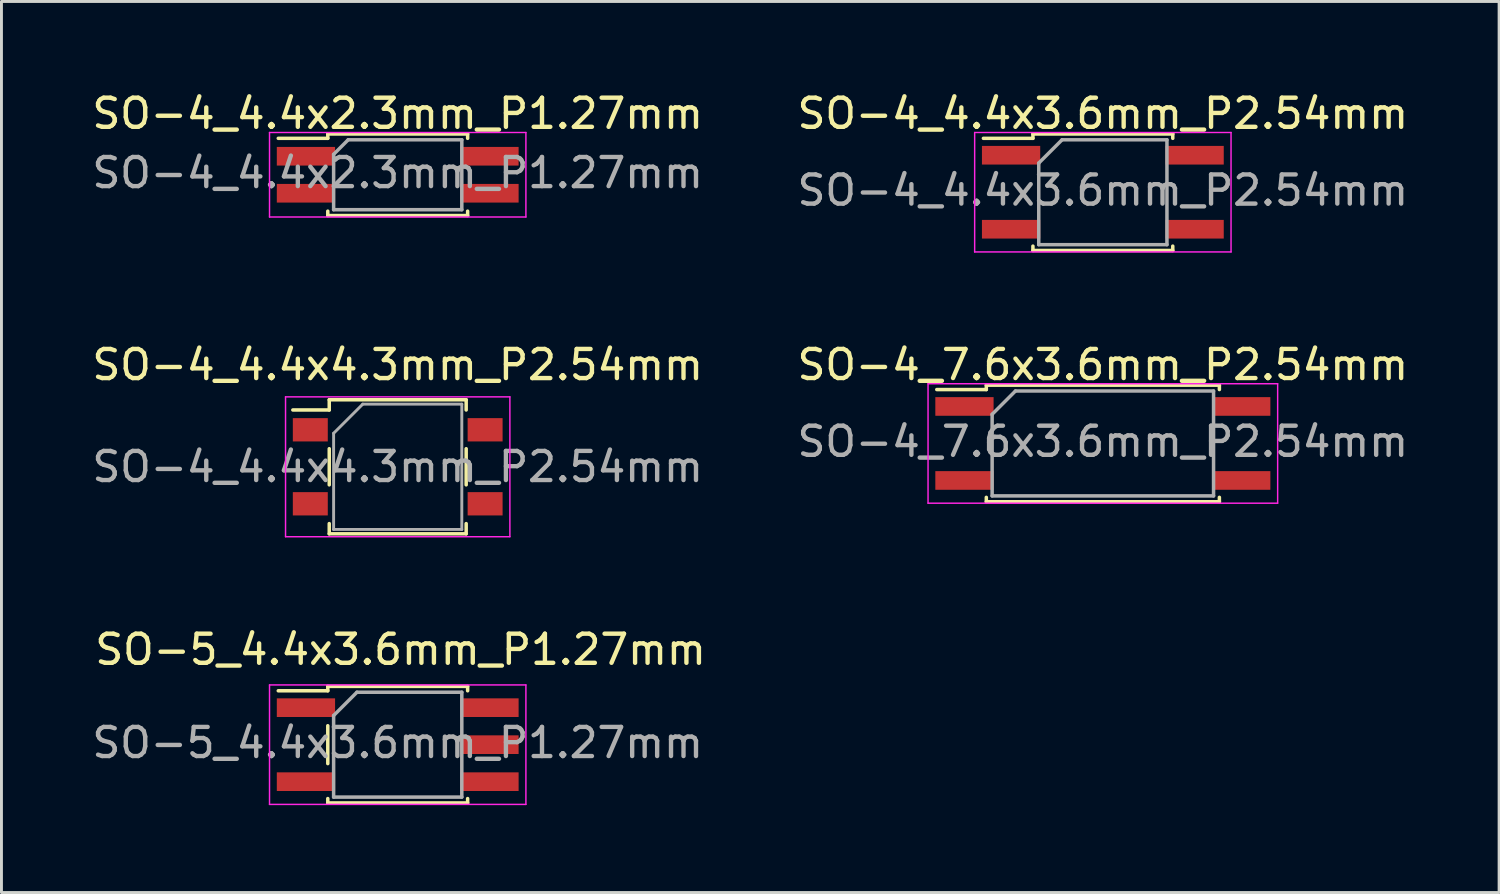
<source format=kicad_pcb>
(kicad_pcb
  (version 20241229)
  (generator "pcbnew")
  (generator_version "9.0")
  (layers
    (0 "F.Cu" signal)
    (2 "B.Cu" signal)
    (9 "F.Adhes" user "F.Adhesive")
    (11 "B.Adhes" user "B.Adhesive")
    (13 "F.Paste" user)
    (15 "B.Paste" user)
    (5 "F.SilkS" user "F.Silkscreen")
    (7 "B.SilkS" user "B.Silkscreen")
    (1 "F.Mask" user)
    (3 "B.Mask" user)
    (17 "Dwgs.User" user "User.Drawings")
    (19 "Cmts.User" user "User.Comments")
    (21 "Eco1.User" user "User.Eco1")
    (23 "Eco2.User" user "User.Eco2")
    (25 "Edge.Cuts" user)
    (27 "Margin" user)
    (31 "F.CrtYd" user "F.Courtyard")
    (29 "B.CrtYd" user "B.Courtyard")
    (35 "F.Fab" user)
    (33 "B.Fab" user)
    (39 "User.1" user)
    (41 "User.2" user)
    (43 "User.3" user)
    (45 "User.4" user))
  (footprint "SO-5_4.4x3.6mm_P1.27mm"
    (layer "F.Cu")
    (at 10.601 22.51)
    (property "Reference" "SO-5_4.4x3.6mm_P1.27mm" (at 0.1 -3.265 0) (layer "F.SilkS") (effects (font (size 1 1) (thickness 0.15))))
    (attr smd)
    (fp_line (start -2.4 -2) (end 2.4 -2) (stroke (width 0.12) (type solid)) (layer "F.SilkS"))
    (fp_line (start -2.4 -1.85) (end -4.1 -1.85) (stroke (width 0.12) (type solid)) (layer "F.SilkS"))
    (fp_line (start -2.4 -1.85) (end -2.4 -2) (stroke (width 0.12) (type solid)) (layer "F.SilkS"))
    (fp_line (start -2.4 0.65) (end -2.4 -0.65) (stroke (width 0.12) (type solid)) (layer "F.SilkS"))
    (fp_line (start -2.4 2) (end -2.4 1.85) (stroke (width 0.12) (type solid)) (layer "F.SilkS"))
    (fp_line (start 2.4 -2) (end 2.4 -1.85) (stroke (width 0.12) (type solid)) (layer "F.SilkS"))
    (fp_line (start 2.4 1.85) (end 2.4 2) (stroke (width 0.12) (type solid)) (layer "F.SilkS"))
    (fp_line (start 2.4 2) (end -2.4 2) (stroke (width 0.12) (type solid)) (layer "F.SilkS"))
    (fp_line (start -4.4 -2.05) (end -4.4 2.05) (stroke (width 0.05) (type solid)) (layer "F.CrtYd"))
    (fp_line (start -4.4 -2.05) (end 4.4 -2.05) (stroke (width 0.05) (type solid)) (layer "F.CrtYd"))
    (fp_line (start 4.4 2.05) (end -4.4 2.05) (stroke (width 0.05) (type solid)) (layer "F.CrtYd"))
    (fp_line (start 4.4 2.05) (end 4.4 -2.05) (stroke (width 0.05) (type solid)) (layer "F.CrtYd"))
    (fp_line (start -2.2 -1) (end -1.4 -1.8) (stroke (width 0.12) (type solid)) (layer "F.Fab"))
    (fp_line (start -2.2 1.8) (end -2.2 -1) (stroke (width 0.12) (type solid)) (layer "F.Fab"))
    (fp_line (start -1.4 -1.8) (end 2.2 -1.8) (stroke (width 0.12) (type solid)) (layer "F.Fab"))
    (fp_line (start 2.2 -1.8) (end 2.2 1.8) (stroke (width 0.12) (type solid)) (layer "F.Fab"))
    (fp_line (start 2.2 1.8) (end -2.2 1.8) (stroke (width 0.12) (type solid)) (layer "F.Fab"))
    (fp_text user "${REFERENCE}" (at 0 -0.065 0) (layer "F.Fab") (effects (font (size 1 1) (thickness 0.15))))
    (pad "1" smd rect (at -3.15 -1.27) (size 2 0.64) (layers "F.Cu" "F.Mask" "F.Paste"))
    (pad "3" smd rect (at -3.15 1.27) (size 2 0.64) (layers "F.Cu" "F.Mask" "F.Paste"))
    (pad "4" smd rect (at 3.15 1.27) (size 2 0.64) (layers "F.Cu" "F.Mask" "F.Paste"))
    (pad "5" smd rect (at 3.15 0) (size 2 0.64) (layers "F.Cu" "F.Mask" "F.Paste"))
    (pad "6" smd rect (at 3.15 -1.27) (size 2 0.64) (layers "F.Cu" "F.Mask" "F.Paste")))
  (footprint "SO-4_4.4x3.6mm_P2.54mm"
    (layer "F.Cu")
    (at 34.804 3.548)
    (property "Reference" "SO-4_4.4x3.6mm_P2.54mm" (at 0 -2.7 0) (layer "F.SilkS") (effects (font (size 1 1) (thickness 0.15))))
    (attr smd)
    (fp_line (start -2.4 -2) (end 2.4 -2) (stroke (width 0.12) (type solid)) (layer "F.SilkS"))
    (fp_line (start -2.4 -1.85) (end -4.1 -1.85) (stroke (width 0.12) (type solid)) (layer "F.SilkS"))
    (fp_line (start -2.4 -1.85) (end -2.4 -2) (stroke (width 0.12) (type solid)) (layer "F.SilkS"))
    (fp_line (start -2.4 2) (end -2.4 1.85) (stroke (width 0.12) (type solid)) (layer "F.SilkS"))
    (fp_line (start 2.4 -2) (end 2.4 -1.85) (stroke (width 0.12) (type solid)) (layer "F.SilkS"))
    (fp_line (start 2.4 1.85) (end 2.4 2) (stroke (width 0.12) (type solid)) (layer "F.SilkS"))
    (fp_line (start 2.4 2) (end -2.4 2) (stroke (width 0.12) (type solid)) (layer "F.SilkS"))
    (fp_line (start -4.4 -2.05) (end -4.4 2.05) (stroke (width 0.05) (type solid)) (layer "F.CrtYd"))
    (fp_line (start -4.4 -2.05) (end 4.4 -2.05) (stroke (width 0.05) (type solid)) (layer "F.CrtYd"))
    (fp_line (start 4.4 2.05) (end -4.4 2.05) (stroke (width 0.05) (type solid)) (layer "F.CrtYd"))
    (fp_line (start 4.4 2.05) (end 4.4 -2.05) (stroke (width 0.05) (type solid)) (layer "F.CrtYd"))
    (fp_line (start -2.2 -1) (end -1.4 -1.8) (stroke (width 0.12) (type solid)) (layer "F.Fab"))
    (fp_line (start -2.2 1.8) (end -2.2 -1) (stroke (width 0.12) (type solid)) (layer "F.Fab"))
    (fp_line (start -1.4 -1.8) (end 2.2 -1.8) (stroke (width 0.12) (type solid)) (layer "F.Fab"))
    (fp_line (start 2.2 -1.8) (end 2.2 1.8) (stroke (width 0.12) (type solid)) (layer "F.Fab"))
    (fp_line (start 2.2 1.8) (end -2.2 1.8) (stroke (width 0.12) (type solid)) (layer "F.Fab"))
    (fp_text user "${REFERENCE}" (at 0 -0.065 0) (layer "F.Fab") (effects (font (size 1 1) (thickness 0.15))))
    (pad "1" smd rect (at -3.15 -1.27) (size 2 0.64) (layers "F.Cu" "F.Mask" "F.Paste"))
    (pad "2" smd rect (at -3.15 1.27) (size 2 0.64) (layers "F.Cu" "F.Mask" "F.Paste"))
    (pad "3" smd rect (at 3.15 1.27) (size 2 0.64) (layers "F.Cu" "F.Mask" "F.Paste"))
    (pad "4" smd rect (at 3.15 -1.27) (size 2 0.64) (layers "F.Cu" "F.Mask" "F.Paste")))
  (footprint "SO-4_4.4x2.3mm_P1.27mm"
    (layer "F.Cu")
    (at 10.601 2.948)
    (property "Reference" "SO-4_4.4x2.3mm_P1.27mm" (at 0 -2.1 0) (layer "F.SilkS") (effects (font (size 1 1) (thickness 0.15))))
    (attr smd)
    (fp_line (start -2.4 -1.4) (end 2.4 -1.4) (stroke (width 0.12) (type solid)) (layer "F.SilkS"))
    (fp_line (start -2.4 -1.25) (end -4.1 -1.25) (stroke (width 0.12) (type solid)) (layer "F.SilkS"))
    (fp_line (start -2.4 -1.25) (end -2.4 -1.4) (stroke (width 0.12) (type solid)) (layer "F.SilkS"))
    (fp_line (start -2.4 1.4) (end -2.4 1.25) (stroke (width 0.12) (type solid)) (layer "F.SilkS"))
    (fp_line (start 2.4 -1.4) (end 2.4 -1.25) (stroke (width 0.12) (type solid)) (layer "F.SilkS"))
    (fp_line (start 2.4 1.25) (end 2.4 1.4) (stroke (width 0.12) (type solid)) (layer "F.SilkS"))
    (fp_line (start 2.4 1.4) (end -2.4 1.4) (stroke (width 0.12) (type solid)) (layer "F.SilkS"))
    (fp_line (start -4.4 -1.45) (end -4.4 1.45) (stroke (width 0.05) (type solid)) (layer "F.CrtYd"))
    (fp_line (start -4.4 -1.45) (end 4.4 -1.45) (stroke (width 0.05) (type solid)) (layer "F.CrtYd"))
    (fp_line (start 4.4 1.45) (end -4.4 1.45) (stroke (width 0.05) (type solid)) (layer "F.CrtYd"))
    (fp_line (start 4.4 1.45) (end 4.4 -1.45) (stroke (width 0.05) (type solid)) (layer "F.CrtYd"))
    (fp_line (start -2.2 -0.7) (end -2.2 1.2) (stroke (width 0.12) (type solid)) (layer "F.Fab"))
    (fp_line (start -2.2 1.2) (end 2.2 1.2) (stroke (width 0.12) (type solid)) (layer "F.Fab"))
    (fp_line (start -1.7 -1.2) (end -2.2 -0.7) (stroke (width 0.12) (type solid)) (layer "F.Fab"))
    (fp_line (start 2.2 -1.2) (end -1.7 -1.2) (stroke (width 0.12) (type solid)) (layer "F.Fab"))
    (fp_line (start 2.2 1.2) (end 2.2 -1.2) (stroke (width 0.12) (type solid)) (layer "F.Fab"))
    (fp_text user "${REFERENCE}" (at 0 -0.065 0) (layer "F.Fab") (effects (font (size 1 1) (thickness 0.15))))
    (pad "1" smd rect (at -3.15 -0.635) (size 2 0.64) (layers "F.Cu" "F.Mask" "F.Paste"))
    (pad "2" smd rect (at -3.15 0.635) (size 2 0.64) (layers "F.Cu" "F.Mask" "F.Paste"))
    (pad "3" smd rect (at 3.15 0.635) (size 2 0.64) (layers "F.Cu" "F.Mask" "F.Paste"))
    (pad "4" smd rect (at 3.15 -0.635) (size 2 0.64) (layers "F.Cu" "F.Mask" "F.Paste")))
  (footprint "SO-4_4.4x4.3mm_P2.54mm"
    (layer "F.Cu")
    (at 10.601 12.972)
    (property "Reference" "SO-4_4.4x4.3mm_P2.54mm" (at 0 -3.5 0) (layer "F.SilkS") (effects (font (size 1 1) (thickness 0.15))))
    (attr smd)
    (fp_line (start -2.35 -2.3) (end 2.35 -2.3) (stroke (width 0.12) (type solid)) (layer "F.SilkS"))
    (fp_line (start -2.35 -1.95) (end -3.6 -1.95) (stroke (width 0.12) (type solid)) (layer "F.SilkS"))
    (fp_line (start -2.35 -1.95) (end -2.35 -2.3) (stroke (width 0.12) (type solid)) (layer "F.SilkS"))
    (fp_line (start -2.35 0.62) (end -2.35 -0.62) (stroke (width 0.12) (type solid)) (layer "F.SilkS"))
    (fp_line (start -2.35 1.95) (end -2.35 2.3) (stroke (width 0.12) (type solid)) (layer "F.SilkS"))
    (fp_line (start -2.35 2.3) (end 2.35 2.3) (stroke (width 0.12) (type solid)) (layer "F.SilkS"))
    (fp_line (start 2.35 -2.3) (end 2.35 -1.95) (stroke (width 0.12) (type solid)) (layer "F.SilkS"))
    (fp_line (start 2.35 0.62) (end 2.35 -0.62) (stroke (width 0.12) (type solid)) (layer "F.SilkS"))
    (fp_line (start 2.35 2.3) (end 2.35 1.95) (stroke (width 0.12) (type solid)) (layer "F.SilkS"))
    (fp_line (start -3.85 -2.4) (end 3.85 -2.4) (stroke (width 0.05) (type solid)) (layer "F.CrtYd"))
    (fp_line (start -3.85 2.4) (end -3.85 -2.4) (stroke (width 0.05) (type solid)) (layer "F.CrtYd"))
    (fp_line (start 3.85 -2.4) (end 3.85 2.4) (stroke (width 0.05) (type solid)) (layer "F.CrtYd"))
    (fp_line (start 3.85 2.4) (end -3.85 2.4) (stroke (width 0.05) (type solid)) (layer "F.CrtYd"))
    (fp_line (start -2.2 -1.15) (end -1.2 -2.15) (stroke (width 0.1) (type solid)) (layer "F.Fab"))
    (fp_line (start -2.2 2.15) (end -2.2 -1.15) (stroke (width 0.1) (type solid)) (layer "F.Fab"))
    (fp_line (start -2.2 2.15) (end 2.2 2.15) (stroke (width 0.1) (type solid)) (layer "F.Fab"))
    (fp_line (start -1.2 -2.15) (end 2.2 -2.15) (stroke (width 0.1) (type solid)) (layer "F.Fab"))
    (fp_line (start 2.2 2.15) (end 2.2 -2.15) (stroke (width 0.1) (type solid)) (layer "F.Fab"))
    (fp_text user "${REFERENCE}" (at 0 0 0) (layer "F.Fab") (effects (font (size 1 1) (thickness 0.15))))
    (pad "1" smd rect (at -3 -1.27 270) (size 0.8 1.2) (layers "F.Cu" "F.Mask" "F.Paste"))
    (pad "2" smd rect (at -3 1.27 270) (size 0.8 1.2) (layers "F.Cu" "F.Mask" "F.Paste"))
    (pad "3" smd rect (at 3 1.27 270) (size 0.8 1.2) (layers "F.Cu" "F.Mask" "F.Paste"))
    (pad "4" smd rect (at 3 -1.27 270) (size 0.8 1.2) (layers "F.Cu" "F.Mask" "F.Paste")))
  (footprint "SO-4_7.6x3.6mm_P2.54mm"
    (layer "F.Cu")
    (at 34.804 12.171)
    (property "Reference" "SO-4_7.6x3.6mm_P2.54mm" (at 0 -2.7 0) (layer "F.SilkS") (effects (font (size 1 1) (thickness 0.15))))
    (attr smd)
    (fp_line (start -4 -2) (end 4 -2) (stroke (width 0.12) (type solid)) (layer "F.SilkS"))
    (fp_line (start -4 -1.85) (end -5.7 -1.85) (stroke (width 0.12) (type solid)) (layer "F.SilkS"))
    (fp_line (start -4 -1.85) (end -4 -2) (stroke (width 0.12) (type solid)) (layer "F.SilkS"))
    (fp_line (start -4 2) (end -4 1.85) (stroke (width 0.12) (type solid)) (layer "F.SilkS"))
    (fp_line (start 4 -2) (end 4 -1.85) (stroke (width 0.12) (type solid)) (layer "F.SilkS"))
    (fp_line (start 4 1.85) (end 4 2) (stroke (width 0.12) (type solid)) (layer "F.SilkS"))
    (fp_line (start 4 2) (end -4 2) (stroke (width 0.12) (type solid)) (layer "F.SilkS"))
    (fp_line (start -6 -2.05) (end -6 2.05) (stroke (width 0.05) (type solid)) (layer "F.CrtYd"))
    (fp_line (start -6 -2.05) (end 6 -2.05) (stroke (width 0.05) (type solid)) (layer "F.CrtYd"))
    (fp_line (start 6 2.05) (end -6 2.05) (stroke (width 0.05) (type solid)) (layer "F.CrtYd"))
    (fp_line (start 6 2.05) (end 6 -2.05) (stroke (width 0.05) (type solid)) (layer "F.CrtYd"))
    (fp_line (start -3.8 -1) (end -3 -1.8) (stroke (width 0.12) (type solid)) (layer "F.Fab"))
    (fp_line (start -3.8 1.8) (end -3.8 -1) (stroke (width 0.12) (type solid)) (layer "F.Fab"))
    (fp_line (start -3 -1.8) (end 3.8 -1.8) (stroke (width 0.12) (type solid)) (layer "F.Fab"))
    (fp_line (start 3.8 -1.8) (end 3.8 1.8) (stroke (width 0.12) (type solid)) (layer "F.Fab"))
    (fp_line (start 3.8 1.8) (end -3.8 1.8) (stroke (width 0.12) (type solid)) (layer "F.Fab"))
    (fp_text user "${REFERENCE}" (at 0 -0.065 0) (layer "F.Fab") (effects (font (size 1 1) (thickness 0.15))))
    (pad "1" smd rect (at -4.75 -1.27) (size 2 0.64) (layers "F.Cu" "F.Mask" "F.Paste"))
    (pad "2" smd rect (at -4.75 1.27) (size 2 0.64) (layers "F.Cu" "F.Mask" "F.Paste"))
    (pad "3" smd rect (at 4.75 1.27) (size 2 0.64) (layers "F.Cu" "F.Mask" "F.Paste"))
    (pad "4" smd rect (at 4.75 -1.27) (size 2 0.64) (layers "F.Cu" "F.Mask" "F.Paste")))
  (gr_rect
    (start -3 -3)
    (end 48.405 27.585)
    (stroke (width 0.1) (type default))
    (fill no)
    (layer "Edge.Cuts")))
</source>
